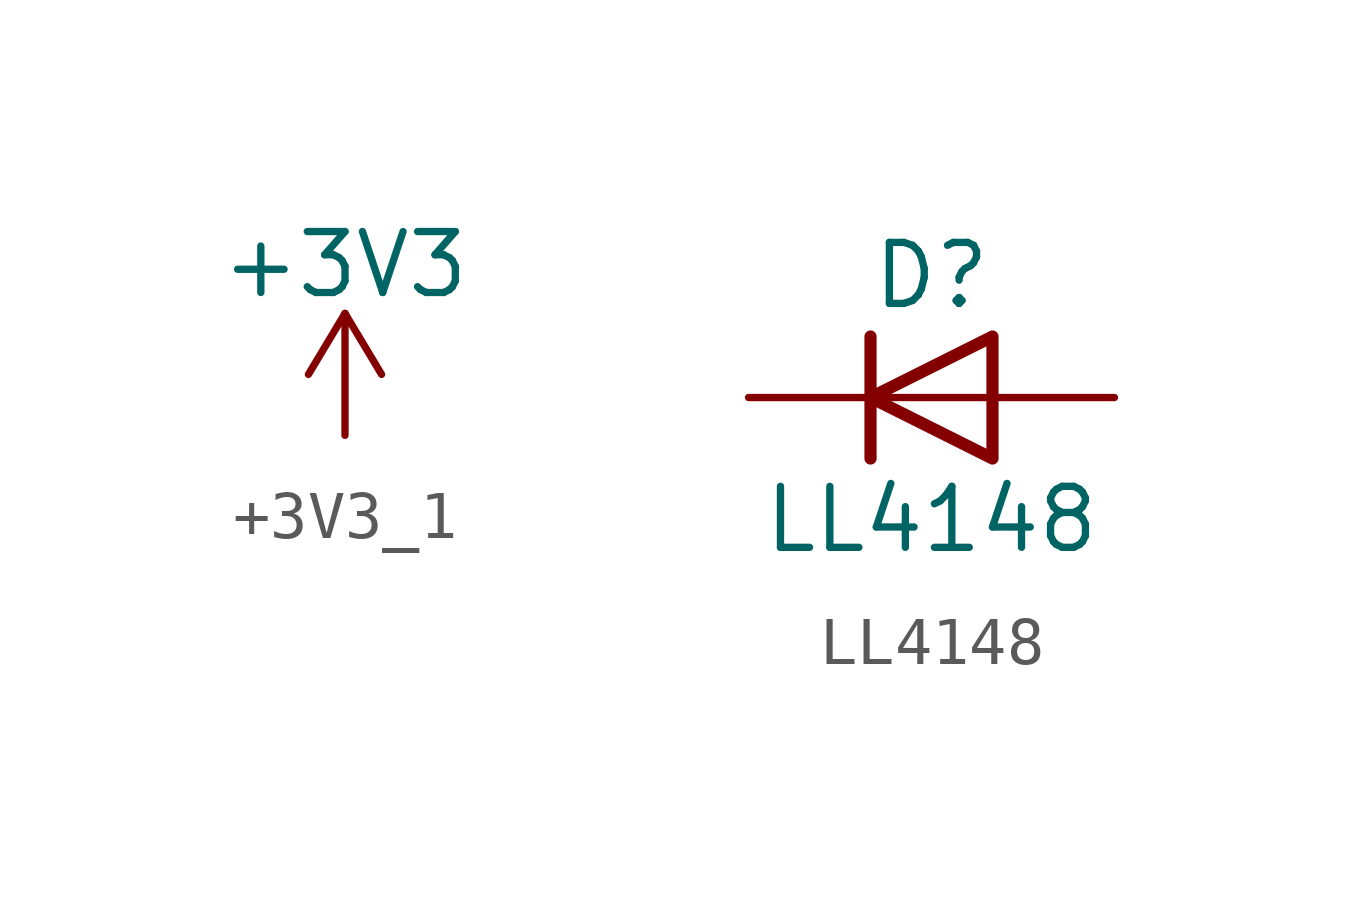
<source format=kicad_sym>
(kicad_symbol_lib
  (version 20241209)
  (generator "kicad_symbol_editor")
  (generator_version "9.0")
  (symbol "+3V3_1"
    (power)
    (pin_names
      (offset 0))
    (property "Reference" "#PWR"
      (at 0 -3.81 0)
      (effects (font (size 1.27 1.27)) (hide yes)))
    (property "Value" "+3V3"
      (at 0 3.556 0)
      (effects (font (size 1.27 1.27))))
    (symbol "+3V3_1_0_1"
      (polyline (pts (xy -0.762 1.27) (xy 0 2.54)) (stroke (width 0) (type default)) (fill (type none)))
      (polyline (pts (xy 0 2.54) (xy 0.762 1.27)) (stroke (width 0) (type default)) (fill (type none)))
      (polyline (pts (xy 0 0) (xy 0 2.54)) (stroke (width 0) (type default)) (fill (type none))))
    (symbol "+3V3_1_1_1"
      (pin power_in line (at 0 0 90) (length 0) (hide yes) (name "+3V3" (effects (font (size 1.27 1.27)))) (number "1" (effects (font (size 1.27 1.27)))))))
  (symbol "LL4148"
    (pin_numbers
      (hide yes))
    (pin_names
      (hide yes))
    (property "Reference" "D"
      (at 0 2.54 0)
      (effects (font (size 1.27 1.27))))
    (property "Value" "LL4148"
      (at 0 -2.54 0)
      (effects (font (size 1.27 1.27))))
    (symbol "LL4148_0_1"
      (polyline (pts (xy -1.27 1.27) (xy -1.27 -1.27)) (stroke (width 0.254) (type default)) (fill (type none)))
      (polyline (pts (xy 1.27 1.27) (xy 1.27 -1.27) (xy -1.27 0) (xy 1.27 1.27)) (stroke (width 0.254) (type default)) (fill (type none)))
      (polyline (pts (xy 1.27 0) (xy -1.27 0)) (stroke (width 0) (type default)) (fill (type none))))
    (symbol "LL4148_1_1"
      (pin passive line (at -3.81 0 0) (length 2.54) (name "K" (effects (font (size 1.27 1.27)))) (number "1" (effects (font (size 1.27 1.27)))))
      (pin passive line (at 3.81 0 180) (length 2.54) (name "A" (effects (font (size 1.27 1.27)))) (number "2" (effects (font (size 1.27 1.27))))))))
</source>
